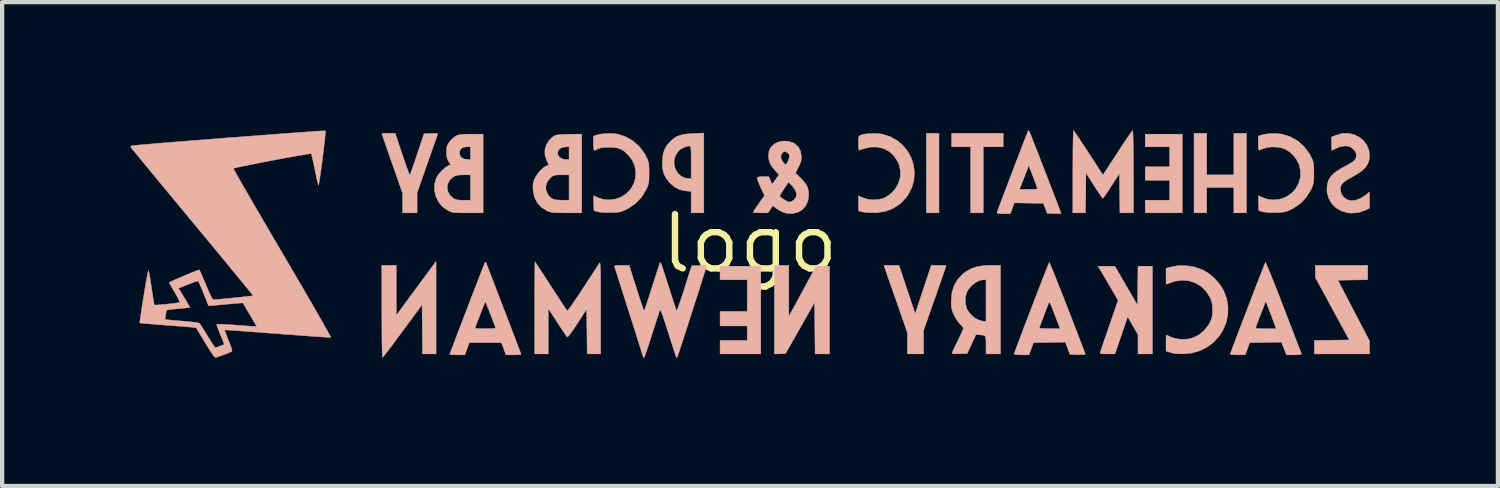
<source format=kicad_pcb>
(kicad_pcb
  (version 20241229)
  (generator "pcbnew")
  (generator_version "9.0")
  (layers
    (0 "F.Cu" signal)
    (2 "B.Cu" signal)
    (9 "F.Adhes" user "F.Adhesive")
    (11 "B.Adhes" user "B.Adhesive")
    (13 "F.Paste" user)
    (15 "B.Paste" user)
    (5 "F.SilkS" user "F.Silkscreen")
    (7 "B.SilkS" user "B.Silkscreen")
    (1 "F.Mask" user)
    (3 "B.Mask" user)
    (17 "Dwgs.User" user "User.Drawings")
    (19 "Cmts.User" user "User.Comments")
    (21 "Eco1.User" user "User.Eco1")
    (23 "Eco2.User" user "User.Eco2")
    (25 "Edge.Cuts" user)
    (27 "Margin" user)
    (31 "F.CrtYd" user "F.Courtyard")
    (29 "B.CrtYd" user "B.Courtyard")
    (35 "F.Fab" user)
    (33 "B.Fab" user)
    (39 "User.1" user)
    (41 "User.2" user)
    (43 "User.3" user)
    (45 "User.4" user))
  (footprint "logo"
    (layer "F.Cu")
    (at 14.5 2.651)
    (property "Reference" "logo" (at 0 0 0) (layer "F.SilkS") (effects (font (size 1.27 1.27) (thickness 0.15))))
    (attr through_hole board_only exclude_from_bom allow_missing_courtyard)
    (fp_poly (pts (xy 4.424 -0.72) (xy 4.128 -0.72) (xy 4.128 -2.582) (xy 4.424 -2.582) (xy 4.424 -0.72)) (stroke (width 0.01) (type solid)) (fill yes) (layer "B.SilkS"))
    (fp_poly (pts (xy 5.927 -2.265) (xy 5.461 -2.265) (xy 5.461 -0.72) (xy 5.165 -0.72) (xy 5.165 -2.265) (xy 4.72 -2.265) (xy 4.72 -2.582) (xy 5.927 -2.582) (xy 5.927 -2.265)) (stroke (width 0.01) (type solid)) (fill yes) (layer "B.SilkS"))
    (fp_poly (pts (xy 0.254 2.582) (xy -0.699 2.582) (xy -0.699 2.265) (xy -0.064 2.265) (xy -0.064 1.926) (xy -0.699 1.926) (xy -0.699 1.587) (xy -0.064 1.587) (xy -0.064 0.847) (xy -0.699 0.847) (xy -0.699 0.529) (xy 0.254 0.529) (xy 0.254 2.582)) (stroke (width 0.01) (type solid)) (fill yes) (layer "B.SilkS"))
    (fp_poly (pts (xy 10.118 -0.72) (xy 9.25 -0.72) (xy 9.25 -1.016) (xy 9.821 -1.016) (xy 9.821 -1.482) (xy 9.25 -1.482) (xy 9.25 -1.799) (xy 9.821 -1.799) (xy 9.821 -2.265) (xy 9.25 -2.265) (xy 9.25 -2.561) (xy 10.118 -2.561) (xy 10.118 -0.72)) (stroke (width 0.01) (type solid)) (fill yes) (layer "B.SilkS"))
    (fp_poly (pts (xy 10.689 -1.609) (xy 11.324 -1.609) (xy 11.324 -2.582) (xy 11.62 -2.582) (xy 11.62 -0.72) (xy 11.324 -0.72) (xy 11.324 -1.312) (xy 10.689 -1.312) (xy 10.689 -0.72) (xy 10.393 -0.72) (xy 10.393 -2.582) (xy 10.689 -2.582) (xy 10.689 -1.609)) (stroke (width 0.01) (type solid)) (fill yes) (layer "B.SilkS"))
    (fp_poly (pts (xy 0.91 1.106) (xy 0.91 1.704) (xy 1.229 1.117) (xy 1.548 0.529) (xy 1.863 0.529) (xy 1.863 2.582) (xy 1.525 2.582) (xy 1.519 1.979) (xy 1.513 1.377) (xy 0.834 2.572) (xy 0.703 2.578) (xy 0.572 2.584) (xy 0.572 0.508) (xy 0.91 0.508) (xy 0.91 1.106)) (stroke (width 0.01) (type solid)) (fill yes) (layer "B.SilkS"))
    (fp_poly (pts (xy 14.457 0.846) (xy 14.109 0.851) (xy 13.76 0.857) (xy 14.129 1.566) (xy 14.499 2.275) (xy 14.499 2.429) (xy 14.499 2.582) (xy 13.208 2.582) (xy 13.208 2.266) (xy 13.617 2.26) (xy 14.025 2.254) (xy 13.232 0.794) (xy 13.229 0.508) (xy 14.457 0.508) (xy 14.457 0.846)) (stroke (width 0.01) (type solid)) (fill yes) (layer "B.SilkS"))
    (fp_poly (pts (xy 3.678 1.074) (xy 3.867 1.64) (xy 4.055 1.074) (xy 4.243 0.508) (xy 4.418 0.508) (xy 4.498 0.509) (xy 4.559 0.511) (xy 4.591 0.514) (xy 4.593 0.515) (xy 4.586 0.536) (xy 4.567 0.592) (xy 4.537 0.68) (xy 4.497 0.794) (xy 4.45 0.931) (xy 4.395 1.085) (xy 4.337 1.253) (xy 4.329 1.276) (xy 4.064 2.03) (xy 4.064 2.582) (xy 3.683 2.582) (xy 3.683 2.079) (xy 3.545 1.685) (xy 3.49 1.526) (xy 3.426 1.344) (xy 3.361 1.158) (xy 3.301 0.984) (xy 3.271 0.9) (xy 3.134 0.508) (xy 3.489 0.508) (xy 3.678 1.074)) (stroke (width 0.01) (type solid)) (fill yes) (layer "B.SilkS"))
    (fp_poly (pts (xy -7.345 2.582) (xy -7.662 2.582) (xy -7.667 2.006) (xy -7.673 1.43) (xy -8.128 2.048) (xy -8.233 2.189) (xy -8.33 2.32) (xy -8.416 2.435) (xy -8.489 2.531) (xy -8.546 2.604) (xy -8.584 2.65) (xy -8.599 2.666) (xy -8.602 2.646) (xy -8.605 2.587) (xy -8.608 2.494) (xy -8.61 2.371) (xy -8.612 2.22) (xy -8.613 2.048) (xy -8.614 1.857) (xy -8.615 1.651) (xy -8.615 1.587) (xy -8.615 0.508) (xy -8.276 0.508) (xy -8.276 1.679) (xy -8.07 1.398) (xy -7.988 1.286) (xy -7.889 1.153) (xy -7.783 1.009) (xy -7.679 0.868) (xy -7.604 0.766) (xy -7.345 0.415) (xy -7.345 2.582)) (stroke (width 0.01) (type solid)) (fill yes) (layer "B.SilkS"))
    (fp_poly (pts (xy 9.419 2.582) (xy 9.081 2.582) (xy 9.081 2.13) (xy 8.96 1.92) (xy 8.84 1.71) (xy 8.541 2.582) (xy 8.366 2.582) (xy 8.286 2.581) (xy 8.226 2.576) (xy 8.194 2.569) (xy 8.192 2.566) (xy 8.198 2.543) (xy 8.217 2.485) (xy 8.247 2.397) (xy 8.285 2.284) (xy 8.331 2.151) (xy 8.382 2.003) (xy 8.404 1.939) (xy 8.615 1.328) (xy 8.41 0.976) (xy 8.345 0.863) (xy 8.284 0.76) (xy 8.233 0.674) (xy 8.195 0.61) (xy 8.175 0.577) (xy 8.175 0.577) (xy 8.144 0.529) (xy 8.541 0.53) (xy 8.805 0.985) (xy 9.07 1.44) (xy 9.076 0.985) (xy 9.081 0.529) (xy 9.419 0.529) (xy 9.419 2.582)) (stroke (width 0.01) (type solid)) (fill yes) (layer "B.SilkS"))
    (fp_poly (pts (xy -8.136 -2.086) (xy -8.09 -1.95) (xy -8.048 -1.829) (xy -8.012 -1.729) (xy -7.984 -1.654) (xy -7.966 -1.61) (xy -7.959 -1.601) (xy -7.95 -1.623) (xy -7.929 -1.68) (xy -7.899 -1.766) (xy -7.861 -1.874) (xy -7.818 -2.001) (xy -7.788 -2.092) (xy -7.627 -2.572) (xy -7.462 -2.578) (xy -7.38 -2.58) (xy -7.332 -2.578) (xy -7.311 -2.571) (xy -7.309 -2.556) (xy -7.312 -2.546) (xy -7.322 -2.518) (xy -7.345 -2.454) (xy -7.378 -2.361) (xy -7.42 -2.242) (xy -7.468 -2.104) (xy -7.522 -1.951) (xy -7.558 -1.849) (xy -7.789 -1.189) (xy -7.789 -0.72) (xy -8.128 -0.72) (xy -8.128 -1.177) (xy -8.371 -1.87) (xy -8.428 -2.032) (xy -8.481 -2.182) (xy -8.526 -2.314) (xy -8.564 -2.423) (xy -8.593 -2.506) (xy -8.61 -2.557) (xy -8.615 -2.573) (xy -8.595 -2.577) (xy -8.544 -2.581) (xy -8.471 -2.582) (xy -8.458 -2.582) (xy -8.301 -2.582) (xy -8.136 -2.086)) (stroke (width 0.01) (type solid)) (fill yes) (layer "B.SilkS"))
    (fp_poly (pts (xy -1.079 -0.72) (xy -1.376 -0.72) (xy -1.376 -1.222) (xy -1.499 -1.233) (xy -1.635 -1.26) (xy -1.753 -1.317) (xy -1.863 -1.41) (xy -1.89 -1.439) (xy -1.97 -1.543) (xy -2.021 -1.65) (xy -2.046 -1.772) (xy -2.048 -1.85) (xy -1.774 -1.85) (xy -1.745 -1.745) (xy -1.691 -1.652) (xy -1.614 -1.579) (xy -1.52 -1.535) (xy -1.445 -1.524) (xy -1.376 -1.524) (xy -1.376 -1.905) (xy -1.376 -2.046) (xy -1.377 -2.149) (xy -1.382 -2.22) (xy -1.393 -2.263) (xy -1.411 -2.283) (xy -1.439 -2.285) (xy -1.48 -2.274) (xy -1.531 -2.255) (xy -1.626 -2.208) (xy -1.697 -2.138) (xy -1.738 -2.07) (xy -1.773 -1.961) (xy -1.774 -1.85) (xy -2.048 -1.85) (xy -2.05 -1.92) (xy -2.049 -1.944) (xy -2.033 -2.087) (xy -2 -2.201) (xy -1.943 -2.3) (xy -1.865 -2.389) (xy -1.787 -2.459) (xy -1.707 -2.509) (xy -1.614 -2.542) (xy -1.5 -2.564) (xy -1.355 -2.576) (xy -1.333 -2.577) (xy -1.079 -2.589) (xy -1.079 -0.72)) (stroke (width 0.01) (type solid)) (fill yes) (layer "B.SilkS"))
    (fp_poly (pts (xy 8.96 -2.625) (xy 8.964 -2.567) (xy 8.967 -2.473) (xy 8.97 -2.35) (xy 8.972 -2.201) (xy 8.973 -2.029) (xy 8.974 -1.839) (xy 8.975 -1.683) (xy 8.975 -0.72) (xy 8.658 -0.72) (xy 8.652 -1.179) (xy 8.647 -1.639) (xy 8.459 -1.349) (xy 8.396 -1.251) (xy 8.34 -1.168) (xy 8.295 -1.105) (xy 8.267 -1.067) (xy 8.258 -1.059) (xy 8.243 -1.077) (xy 8.209 -1.124) (xy 8.16 -1.195) (xy 8.101 -1.284) (xy 8.054 -1.357) (xy 7.863 -1.653) (xy 7.858 -1.186) (xy 7.852 -0.72) (xy 7.556 -0.72) (xy 7.556 -1.683) (xy 7.557 -1.88) (xy 7.558 -2.064) (xy 7.559 -2.23) (xy 7.561 -2.373) (xy 7.564 -2.491) (xy 7.567 -2.578) (xy 7.57 -2.631) (xy 7.572 -2.645) (xy 7.587 -2.628) (xy 7.622 -2.579) (xy 7.674 -2.504) (xy 7.74 -2.406) (xy 7.816 -2.291) (xy 7.901 -2.162) (xy 7.924 -2.125) (xy 8.26 -1.607) (xy 8.307 -1.676) (xy 8.331 -1.713) (xy 8.375 -1.78) (xy 8.434 -1.871) (xy 8.505 -1.979) (xy 8.584 -2.101) (xy 8.645 -2.196) (xy 8.726 -2.318) (xy 8.799 -2.428) (xy 8.862 -2.52) (xy 8.911 -2.591) (xy 8.944 -2.634) (xy 8.956 -2.646) (xy 8.96 -2.625)) (stroke (width 0.01) (type solid)) (fill yes) (layer "B.SilkS"))
    (fp_poly (pts (xy 2.998 -2.575) (xy 3.092 -2.563) (xy 3.095 -2.562) (xy 3.28 -2.504) (xy 3.442 -2.415) (xy 3.58 -2.299) (xy 3.692 -2.161) (xy 3.775 -2.007) (xy 3.828 -1.84) (xy 3.849 -1.666) (xy 3.837 -1.49) (xy 3.789 -1.316) (xy 3.705 -1.149) (xy 3.652 -1.075) (xy 3.514 -0.932) (xy 3.356 -0.826) (xy 3.178 -0.757) (xy 2.978 -0.724) (xy 2.882 -0.722) (xy 2.786 -0.725) (xy 2.697 -0.733) (xy 2.631 -0.742) (xy 2.619 -0.745) (xy 2.54 -0.766) (xy 2.54 -1.119) (xy 2.641 -1.073) (xy 2.757 -1.038) (xy 2.89 -1.025) (xy 3.023 -1.035) (xy 3.14 -1.067) (xy 3.157 -1.075) (xy 3.291 -1.162) (xy 3.397 -1.274) (xy 3.472 -1.405) (xy 3.515 -1.548) (xy 3.522 -1.696) (xy 3.492 -1.843) (xy 3.464 -1.911) (xy 3.375 -2.049) (xy 3.262 -2.154) (xy 3.13 -2.225) (xy 2.98 -2.26) (xy 2.818 -2.258) (xy 2.647 -2.218) (xy 2.577 -2.191) (xy 2.559 -2.187) (xy 2.548 -2.2) (xy 2.542 -2.236) (xy 2.54 -2.303) (xy 2.54 -2.348) (xy 2.541 -2.433) (xy 2.545 -2.486) (xy 2.555 -2.515) (xy 2.574 -2.532) (xy 2.598 -2.542) (xy 2.673 -2.561) (xy 2.774 -2.573) (xy 2.887 -2.578) (xy 2.998 -2.575)) (stroke (width 0.01) (type solid)) (fill yes) (layer "B.SilkS"))
    (fp_poly (pts (xy -5.017 0.444) (xy -4.983 0.495) (xy -4.933 0.572) (xy -4.867 0.672) (xy -4.79 0.79) (xy -4.704 0.922) (xy -4.657 0.995) (xy -4.567 1.133) (xy -4.484 1.26) (xy -4.412 1.371) (xy -4.352 1.462) (xy -4.307 1.529) (xy -4.282 1.566) (xy -4.277 1.573) (xy -4.262 1.56) (xy -4.227 1.516) (xy -4.175 1.444) (xy -4.109 1.349) (xy -4.031 1.235) (xy -3.946 1.106) (xy -3.905 1.044) (xy -3.815 0.906) (xy -3.732 0.779) (xy -3.658 0.666) (xy -3.597 0.572) (xy -3.552 0.503) (xy -3.526 0.463) (xy -3.521 0.456) (xy -3.514 0.452) (xy -3.509 0.462) (xy -3.505 0.489) (xy -3.501 0.537) (xy -3.498 0.608) (xy -3.496 0.705) (xy -3.494 0.832) (xy -3.493 0.991) (xy -3.493 1.186) (xy -3.493 1.419) (xy -3.493 1.498) (xy -3.493 2.582) (xy -3.809 2.582) (xy -3.815 2.059) (xy -3.821 1.536) (xy -4.039 1.871) (xy -4.116 1.986) (xy -4.181 2.078) (xy -4.231 2.145) (xy -4.265 2.181) (xy -4.277 2.187) (xy -4.294 2.164) (xy -4.331 2.111) (xy -4.382 2.035) (xy -4.444 1.941) (xy -4.508 1.843) (xy -4.72 1.518) (xy -4.72 2.582) (xy -5.038 2.582) (xy -5.038 1.499) (xy -5.038 1.29) (xy -5.037 1.094) (xy -5.036 0.916) (xy -5.035 0.76) (xy -5.034 0.629) (xy -5.033 0.527) (xy -5.032 0.458) (xy -5.03 0.427) (xy -5.03 0.425) (xy -5.017 0.444)) (stroke (width 0.01) (type solid)) (fill yes) (layer "B.SilkS"))
    (fp_poly (pts (xy 10.404 0.548) (xy 10.59 0.612) (xy 10.604 0.619) (xy 10.74 0.701) (xy 10.872 0.813) (xy 10.988 0.944) (xy 11.076 1.08) (xy 11.088 1.103) (xy 11.158 1.295) (xy 11.188 1.487) (xy 11.182 1.676) (xy 11.141 1.858) (xy 11.069 2.027) (xy 10.968 2.182) (xy 10.841 2.316) (xy 10.69 2.428) (xy 10.518 2.511) (xy 10.328 2.563) (xy 10.122 2.58) (xy 10.119 2.58) (xy 10.035 2.577) (xy 9.964 2.573) (xy 9.919 2.568) (xy 9.917 2.568) (xy 9.866 2.555) (xy 9.805 2.537) (xy 9.737 2.516) (xy 9.737 2.327) (xy 9.737 2.243) (xy 9.739 2.179) (xy 9.742 2.142) (xy 9.743 2.138) (xy 9.764 2.146) (xy 9.811 2.168) (xy 9.844 2.184) (xy 9.965 2.224) (xy 10.106 2.241) (xy 10.249 2.234) (xy 10.376 2.202) (xy 10.514 2.13) (xy 10.637 2.025) (xy 10.736 1.897) (xy 10.763 1.849) (xy 10.796 1.775) (xy 10.815 1.71) (xy 10.824 1.634) (xy 10.825 1.556) (xy 10.822 1.455) (xy 10.811 1.378) (xy 10.788 1.307) (xy 10.77 1.267) (xy 10.681 1.122) (xy 10.565 1.007) (xy 10.428 0.922) (xy 10.275 0.871) (xy 10.114 0.856) (xy 9.948 0.879) (xy 9.864 0.907) (xy 9.801 0.931) (xy 9.756 0.948) (xy 9.742 0.952) (xy 9.74 0.933) (xy 9.738 0.881) (xy 9.737 0.805) (xy 9.737 0.765) (xy 9.737 0.578) (xy 9.821 0.553) (xy 10.008 0.517) (xy 10.206 0.516) (xy 10.404 0.548)) (stroke (width 0.01) (type solid)) (fill yes) (layer "B.SilkS"))
    (fp_poly (pts (xy 14.129 -2.554) (xy 14.25 -2.497) (xy 14.354 -2.415) (xy 14.434 -2.31) (xy 14.484 -2.187) (xy 14.499 -2.067) (xy 14.49 -1.959) (xy 14.458 -1.865) (xy 14.401 -1.78) (xy 14.314 -1.699) (xy 14.192 -1.617) (xy 14.095 -1.561) (xy 13.983 -1.497) (xy 13.904 -1.443) (xy 13.854 -1.393) (xy 13.827 -1.342) (xy 13.818 -1.285) (xy 13.818 -1.267) (xy 13.838 -1.166) (xy 13.894 -1.085) (xy 13.972 -1.031) (xy 14.065 -1.005) (xy 14.172 -1.015) (xy 14.288 -1.058) (xy 14.406 -1.132) (xy 14.433 -1.154) (xy 14.499 -1.21) (xy 14.499 -0.829) (xy 14.388 -0.776) (xy 14.233 -0.724) (xy 14.068 -0.713) (xy 13.989 -0.722) (xy 13.841 -0.763) (xy 13.714 -0.837) (xy 13.613 -0.939) (xy 13.542 -1.062) (xy 13.505 -1.203) (xy 13.502 -1.271) (xy 13.512 -1.39) (xy 13.544 -1.492) (xy 13.602 -1.582) (xy 13.69 -1.666) (xy 13.813 -1.748) (xy 13.924 -1.809) (xy 14.033 -1.868) (xy 14.108 -1.916) (xy 14.155 -1.959) (xy 14.181 -2.002) (xy 14.19 -2.052) (xy 14.19 -2.067) (xy 14.182 -2.124) (xy 14.153 -2.173) (xy 14.112 -2.215) (xy 14.055 -2.26) (xy 14.002 -2.281) (xy 13.932 -2.286) (xy 13.804 -2.266) (xy 13.725 -2.233) (xy 13.667 -2.204) (xy 13.627 -2.185) (xy 13.615 -2.18) (xy 13.613 -2.2) (xy 13.611 -2.251) (xy 13.61 -2.324) (xy 13.61 -2.336) (xy 13.61 -2.492) (xy 13.715 -2.537) (xy 13.855 -2.578) (xy 13.995 -2.582) (xy 14.129 -2.554)) (stroke (width 0.01) (type solid)) (fill yes) (layer "B.SilkS"))
    (fp_poly (pts (xy 5.863 2.582) (xy 5.524 2.582) (xy 5.524 2.372) (xy 5.524 2.272) (xy 5.519 2.207) (xy 5.505 2.168) (xy 5.476 2.148) (xy 5.428 2.139) (xy 5.37 2.134) (xy 5.29 2.128) (xy 5.187 2.35) (xy 5.083 2.572) (xy 4.902 2.578) (xy 4.815 2.58) (xy 4.762 2.58) (xy 4.737 2.574) (xy 4.731 2.56) (xy 4.739 2.537) (xy 4.739 2.536) (xy 4.756 2.498) (xy 4.786 2.432) (xy 4.827 2.347) (xy 4.874 2.251) (xy 4.877 2.246) (xy 4.922 2.153) (xy 4.959 2.072) (xy 4.984 2.013) (xy 4.995 1.982) (xy 4.995 1.981) (xy 4.98 1.954) (xy 4.944 1.911) (xy 4.918 1.884) (xy 4.869 1.825) (xy 4.816 1.745) (xy 4.776 1.672) (xy 4.743 1.599) (xy 4.723 1.536) (xy 4.713 1.47) (xy 4.71 1.389) (xy 5.042 1.389) (xy 5.069 1.508) (xy 5.082 1.539) (xy 5.149 1.638) (xy 5.239 1.723) (xy 5.344 1.785) (xy 5.45 1.816) (xy 5.477 1.819) (xy 5.524 1.82) (xy 5.524 0.847) (xy 5.46 0.847) (xy 5.368 0.865) (xy 5.272 0.915) (xy 5.181 0.989) (xy 5.107 1.079) (xy 5.07 1.148) (xy 5.042 1.262) (xy 5.042 1.389) (xy 4.71 1.389) (xy 4.71 1.382) (xy 4.71 1.344) (xy 4.726 1.15) (xy 4.777 0.981) (xy 4.864 0.834) (xy 4.986 0.707) (xy 5.06 0.651) (xy 5.177 0.586) (xy 5.307 0.541) (xy 5.46 0.516) (xy 5.644 0.508) (xy 5.863 0.508) (xy 5.863 2.582)) (stroke (width 0.01) (type solid)) (fill yes) (layer "B.SilkS"))
    (fp_poly (pts (xy -6.244 -0.72) (xy -6.6 -0.72) (xy -6.732 -0.72) (xy -6.829 -0.722) (xy -6.9 -0.725) (xy -6.952 -0.732) (xy -6.994 -0.743) (xy -7.034 -0.759) (xy -7.065 -0.774) (xy -7.187 -0.857) (xy -7.282 -0.967) (xy -7.348 -1.096) (xy -7.382 -1.236) (xy -7.382 -1.308) (xy -7.085 -1.308) (xy -7.065 -1.211) (xy -7.011 -1.122) (xy -6.945 -1.064) (xy -6.898 -1.038) (xy -6.847 -1.024) (xy -6.776 -1.017) (xy -6.707 -1.016) (xy -6.54 -1.016) (xy -6.54 -1.609) (xy -6.705 -1.609) (xy -6.804 -1.605) (xy -6.874 -1.594) (xy -6.928 -1.572) (xy -6.936 -1.567) (xy -7.02 -1.495) (xy -7.07 -1.405) (xy -7.085 -1.308) (xy -7.382 -1.308) (xy -7.382 -1.38) (xy -7.345 -1.521) (xy -7.328 -1.559) (xy -7.278 -1.633) (xy -7.207 -1.712) (xy -7.129 -1.78) (xy -7.058 -1.825) (xy -7.007 -1.848) (xy -7.054 -1.924) (xy -7.083 -1.984) (xy -7.098 -2.053) (xy -7.101 -2.141) (xy -7.101 -2.144) (xy -6.797 -2.144) (xy -6.789 -2.072) (xy -6.753 -2.015) (xy -6.684 -1.98) (xy -6.609 -1.97) (xy -6.54 -1.968) (xy -6.54 -2.265) (xy -6.632 -2.265) (xy -6.72 -2.251) (xy -6.775 -2.209) (xy -6.797 -2.144) (xy -7.101 -2.144) (xy -7.099 -2.225) (xy -7.087 -2.283) (xy -7.062 -2.336) (xy -7.037 -2.374) (xy -6.981 -2.439) (xy -6.915 -2.496) (xy -6.889 -2.513) (xy -6.85 -2.533) (xy -6.81 -2.546) (xy -6.758 -2.554) (xy -6.687 -2.559) (xy -6.588 -2.561) (xy -6.525 -2.561) (xy -6.244 -2.561) (xy -6.244 -0.72)) (stroke (width 0.01) (type solid)) (fill yes) (layer "B.SilkS"))
    (fp_poly (pts (xy -3.937 -0.72) (xy -4.292 -0.72) (xy -4.427 -0.721) (xy -4.527 -0.723) (xy -4.601 -0.728) (xy -4.656 -0.736) (xy -4.7 -0.747) (xy -4.741 -0.763) (xy -4.741 -0.764) (xy -4.875 -0.845) (xy -4.975 -0.951) (xy -5.041 -1.083) (xy -5.074 -1.241) (xy -5.075 -1.262) (xy -5.079 -1.352) (xy -5.078 -1.356) (xy -4.774 -1.356) (xy -4.772 -1.253) (xy -4.73 -1.154) (xy -4.705 -1.12) (xy -4.66 -1.074) (xy -4.614 -1.043) (xy -4.555 -1.026) (xy -4.472 -1.019) (xy -4.397 -1.017) (xy -4.233 -1.016) (xy -4.233 -1.609) (xy -4.413 -1.609) (xy -4.502 -1.608) (xy -4.561 -1.603) (xy -4.602 -1.59) (xy -4.637 -1.568) (xy -4.665 -1.544) (xy -4.739 -1.455) (xy -4.774 -1.356) (xy -5.078 -1.356) (xy -5.072 -1.42) (xy -5.052 -1.483) (xy -5.033 -1.527) (xy -4.976 -1.624) (xy -4.902 -1.714) (xy -4.822 -1.786) (xy -4.762 -1.82) (xy -4.706 -1.844) (xy -4.755 -1.941) (xy -4.797 -2.067) (xy -4.798 -2.147) (xy -4.499 -2.147) (xy -4.498 -2.089) (xy -4.469 -2.035) (xy -4.413 -1.992) (xy -4.332 -1.97) (xy -4.302 -1.969) (xy -4.233 -1.968) (xy -4.233 -2.267) (xy -4.332 -2.261) (xy -4.417 -2.241) (xy -4.473 -2.2) (xy -4.499 -2.147) (xy -4.798 -2.147) (xy -4.799 -2.195) (xy -4.763 -2.317) (xy -4.69 -2.427) (xy -4.628 -2.486) (xy -4.595 -2.511) (xy -4.566 -2.529) (xy -4.53 -2.541) (xy -4.482 -2.548) (xy -4.412 -2.553) (xy -4.312 -2.556) (xy -4.242 -2.557) (xy -3.937 -2.564) (xy -3.937 -0.72)) (stroke (width 0.01) (type solid)) (fill yes) (layer "B.SilkS"))
    (fp_poly (pts (xy 12.074 0.455) (xy 12.097 0.508) (xy 12.133 0.592) (xy 12.18 0.706) (xy 12.235 0.845) (xy 12.299 1.006) (xy 12.37 1.185) (xy 12.445 1.379) (xy 12.487 1.487) (xy 12.564 1.689) (xy 12.637 1.879) (xy 12.705 2.054) (xy 12.765 2.21) (xy 12.816 2.343) (xy 12.857 2.45) (xy 12.887 2.527) (xy 12.903 2.57) (xy 12.906 2.577) (xy 12.9 2.591) (xy 12.866 2.599) (xy 12.799 2.603) (xy 12.736 2.603) (xy 12.556 2.603) (xy 12.439 2.306) (xy 11.695 2.318) (xy 11.643 2.461) (xy 11.59 2.603) (xy 11.415 2.603) (xy 11.335 2.602) (xy 11.274 2.597) (xy 11.242 2.59) (xy 11.239 2.588) (xy 11.247 2.565) (xy 11.268 2.507) (xy 11.301 2.418) (xy 11.344 2.303) (xy 11.395 2.167) (xy 11.454 2.013) (xy 11.473 1.962) (xy 11.839 1.962) (xy 11.843 1.976) (xy 11.864 1.984) (xy 11.908 1.988) (xy 11.981 1.99) (xy 12.073 1.99) (xy 12.317 1.99) (xy 12.267 1.857) (xy 12.235 1.775) (xy 12.196 1.671) (xy 12.155 1.566) (xy 12.144 1.536) (xy 12.072 1.347) (xy 11.965 1.621) (xy 11.925 1.725) (xy 11.89 1.818) (xy 11.862 1.891) (xy 11.846 1.936) (xy 11.844 1.942) (xy 11.839 1.962) (xy 11.473 1.962) (xy 11.517 1.847) (xy 11.584 1.672) (xy 11.653 1.493) (xy 11.721 1.314) (xy 11.788 1.141) (xy 11.851 0.977) (xy 11.909 0.827) (xy 11.961 0.695) (xy 12.004 0.586) (xy 12.036 0.504) (xy 12.057 0.454) (xy 12.064 0.439) (xy 12.074 0.455)) (stroke (width 0.01) (type solid)) (fill yes) (layer "B.SilkS"))
    (fp_poly (pts (xy 6.53 -2.642) (xy 6.532 -2.64) (xy 6.541 -2.619) (xy 6.564 -2.563) (xy 6.598 -2.477) (xy 6.642 -2.365) (xy 6.694 -2.233) (xy 6.753 -2.084) (xy 6.815 -1.923) (xy 6.88 -1.756) (xy 6.946 -1.586) (xy 7.01 -1.419) (xy 7.072 -1.259) (xy 7.129 -1.11) (xy 7.18 -0.978) (xy 7.222 -0.866) (xy 7.254 -0.781) (xy 7.275 -0.726) (xy 7.281 -0.706) (xy 7.262 -0.702) (xy 7.21 -0.701) (xy 7.137 -0.702) (xy 7.118 -0.703) (xy 6.955 -0.709) (xy 6.867 -0.942) (xy 6.527 -0.948) (xy 6.187 -0.954) (xy 6.14 -0.826) (xy 6.094 -0.699) (xy 5.934 -0.699) (xy 5.853 -0.699) (xy 5.806 -0.704) (xy 5.785 -0.713) (xy 5.782 -0.73) (xy 5.784 -0.738) (xy 5.793 -0.765) (xy 5.816 -0.826) (xy 5.85 -0.916) (xy 5.893 -1.031) (xy 5.944 -1.167) (xy 5.984 -1.27) (xy 6.308 -1.27) (xy 6.521 -1.27) (xy 6.617 -1.27) (xy 6.678 -1.272) (xy 6.711 -1.278) (xy 6.724 -1.289) (xy 6.722 -1.307) (xy 6.719 -1.318) (xy 6.705 -1.356) (xy 6.68 -1.424) (xy 6.647 -1.511) (xy 6.615 -1.597) (xy 6.525 -1.828) (xy 6.461 -1.66) (xy 6.424 -1.565) (xy 6.386 -1.468) (xy 6.355 -1.389) (xy 6.352 -1.381) (xy 6.308 -1.27) (xy 5.984 -1.27) (xy 6.002 -1.317) (xy 6.063 -1.479) (xy 6.127 -1.646) (xy 6.191 -1.815) (xy 6.255 -1.98) (xy 6.315 -2.136) (xy 6.37 -2.281) (xy 6.419 -2.407) (xy 6.459 -2.511) (xy 6.49 -2.588) (xy 6.508 -2.634) (xy 6.512 -2.644) (xy 6.53 -2.642)) (stroke (width 0.01) (type solid)) (fill yes) (layer "B.SilkS"))
    (fp_poly (pts (xy 12.437 -2.564) (xy 12.449 -2.562) (xy 12.638 -2.504) (xy 12.809 -2.41) (xy 12.958 -2.282) (xy 13.078 -2.127) (xy 13.125 -2.042) (xy 13.157 -1.976) (xy 13.177 -1.922) (xy 13.189 -1.869) (xy 13.195 -1.804) (xy 13.197 -1.716) (xy 13.197 -1.651) (xy 13.197 -1.543) (xy 13.193 -1.466) (xy 13.185 -1.407) (xy 13.169 -1.354) (xy 13.144 -1.295) (xy 13.13 -1.265) (xy 13.025 -1.092) (xy 12.889 -0.947) (xy 12.725 -0.832) (xy 12.682 -0.809) (xy 12.607 -0.773) (xy 12.547 -0.75) (xy 12.488 -0.737) (xy 12.417 -0.73) (xy 12.319 -0.726) (xy 12.299 -0.726) (xy 12.178 -0.726) (xy 12.075 -0.733) (xy 12.001 -0.744) (xy 11.991 -0.747) (xy 11.906 -0.774) (xy 11.9 -0.948) (xy 11.898 -1.028) (xy 11.898 -1.088) (xy 11.9 -1.12) (xy 11.901 -1.122) (xy 11.923 -1.113) (xy 11.97 -1.091) (xy 12.003 -1.075) (xy 12.124 -1.035) (xy 12.261 -1.024) (xy 12.403 -1.04) (xy 12.533 -1.085) (xy 12.535 -1.086) (xy 12.668 -1.173) (xy 12.771 -1.283) (xy 12.842 -1.412) (xy 12.881 -1.551) (xy 12.885 -1.696) (xy 12.854 -1.84) (xy 12.787 -1.976) (xy 12.729 -2.052) (xy 12.626 -2.15) (xy 12.522 -2.214) (xy 12.403 -2.249) (xy 12.305 -2.26) (xy 12.207 -2.262) (xy 12.121 -2.253) (xy 12.03 -2.228) (xy 11.933 -2.191) (xy 11.914 -2.187) (xy 11.903 -2.2) (xy 11.898 -2.237) (xy 11.896 -2.305) (xy 11.896 -2.345) (xy 11.896 -2.515) (xy 11.964 -2.539) (xy 12.065 -2.563) (xy 12.188 -2.576) (xy 12.318 -2.577) (xy 12.437 -2.564)) (stroke (width 0.01) (type solid)) (fill yes) (layer "B.SilkS"))
    (fp_poly (pts (xy 7.013 0.457) (xy 7.037 0.509) (xy 7.072 0.595) (xy 7.119 0.709) (xy 7.175 0.849) (xy 7.24 1.012) (xy 7.312 1.193) (xy 7.389 1.39) (xy 7.47 1.598) (xy 7.554 1.815) (xy 7.64 2.036) (xy 7.725 2.259) (xy 7.81 2.481) (xy 7.85 2.586) (xy 7.834 2.594) (xy 7.783 2.599) (xy 7.706 2.6) (xy 7.672 2.599) (xy 7.488 2.593) (xy 7.435 2.45) (xy 7.382 2.306) (xy 7.009 2.312) (xy 6.636 2.318) (xy 6.583 2.46) (xy 6.53 2.603) (xy 6.355 2.603) (xy 6.275 2.601) (xy 6.215 2.596) (xy 6.183 2.587) (xy 6.181 2.584) (xy 6.188 2.561) (xy 6.209 2.502) (xy 6.242 2.414) (xy 6.285 2.298) (xy 6.337 2.162) (xy 6.395 2.008) (xy 6.408 1.974) (xy 6.773 1.974) (xy 6.793 1.98) (xy 6.847 1.985) (xy 6.926 1.989) (xy 7.017 1.99) (xy 7.26 1.99) (xy 7.228 1.91) (xy 7.208 1.859) (xy 7.177 1.779) (xy 7.14 1.683) (xy 7.103 1.587) (xy 7.064 1.487) (xy 7.036 1.421) (xy 7.017 1.386) (xy 7.004 1.376) (xy 6.994 1.386) (xy 6.989 1.397) (xy 6.921 1.573) (xy 6.868 1.712) (xy 6.828 1.819) (xy 6.799 1.895) (xy 6.782 1.944) (xy 6.774 1.969) (xy 6.773 1.974) (xy 6.408 1.974) (xy 6.459 1.841) (xy 6.526 1.666) (xy 6.594 1.488) (xy 6.663 1.309) (xy 6.729 1.136) (xy 6.793 0.973) (xy 6.851 0.823) (xy 6.902 0.692) (xy 6.945 0.584) (xy 6.977 0.503) (xy 6.997 0.453) (xy 7.004 0.44) (xy 7.013 0.457)) (stroke (width 0.01) (type solid)) (fill yes) (layer "B.SilkS"))
    (fp_poly (pts (xy -3.158 -2.572) (xy -3.088 -2.561) (xy -2.898 -2.496) (xy -2.727 -2.396) (xy -2.581 -2.264) (xy -2.464 -2.105) (xy -2.426 -2.032) (xy -2.397 -1.969) (xy -2.378 -1.916) (xy -2.367 -1.861) (xy -2.362 -1.792) (xy -2.36 -1.698) (xy -2.36 -1.651) (xy -2.361 -1.543) (xy -2.364 -1.466) (xy -2.373 -1.407) (xy -2.389 -1.354) (xy -2.414 -1.295) (xy -2.428 -1.265) (xy -2.532 -1.092) (xy -2.669 -0.947) (xy -2.833 -0.832) (xy -2.876 -0.809) (xy -2.95 -0.773) (xy -3.01 -0.75) (xy -3.069 -0.737) (xy -3.141 -0.73) (xy -3.239 -0.726) (xy -3.258 -0.726) (xy -3.379 -0.726) (xy -3.482 -0.733) (xy -3.556 -0.744) (xy -3.567 -0.747) (xy -3.651 -0.774) (xy -3.657 -0.948) (xy -3.659 -1.028) (xy -3.659 -1.088) (xy -3.657 -1.12) (xy -3.656 -1.122) (xy -3.635 -1.113) (xy -3.588 -1.091) (xy -3.555 -1.075) (xy -3.434 -1.035) (xy -3.297 -1.024) (xy -3.156 -1.04) (xy -3.026 -1.084) (xy -3.023 -1.086) (xy -2.889 -1.172) (xy -2.786 -1.283) (xy -2.715 -1.411) (xy -2.676 -1.551) (xy -2.671 -1.696) (xy -2.702 -1.84) (xy -2.77 -1.976) (xy -2.829 -2.052) (xy -2.918 -2.142) (xy -3.003 -2.202) (xy -3.095 -2.236) (xy -3.208 -2.252) (xy -3.291 -2.254) (xy -3.404 -2.251) (xy -3.485 -2.241) (xy -3.544 -2.222) (xy -3.554 -2.217) (xy -3.605 -2.193) (xy -3.64 -2.181) (xy -3.644 -2.18) (xy -3.652 -2.2) (xy -3.659 -2.251) (xy -3.662 -2.325) (xy -3.662 -2.347) (xy -3.662 -2.515) (xy -3.593 -2.54) (xy -3.505 -2.561) (xy -3.393 -2.574) (xy -3.271 -2.578) (xy -3.158 -2.572)) (stroke (width 0.01) (type solid)) (fill yes) (layer "B.SilkS"))
    (fp_poly (pts (xy -6.176 0.447) (xy -6.139 0.542) (xy -6.092 0.663) (xy -6.038 0.804) (xy -5.977 0.962) (xy -5.912 1.132) (xy -5.843 1.311) (xy -5.774 1.493) (xy -5.704 1.674) (xy -5.636 1.851) (xy -5.572 2.019) (xy -5.513 2.173) (xy -5.461 2.31) (xy -5.418 2.424) (xy -5.385 2.512) (xy -5.363 2.57) (xy -5.355 2.592) (xy -5.355 2.592) (xy -5.375 2.597) (xy -5.427 2.601) (xy -5.502 2.603) (xy -5.533 2.603) (xy -5.71 2.603) (xy -5.763 2.461) (xy -5.816 2.318) (xy -6.567 2.318) (xy -6.619 2.461) (xy -6.672 2.603) (xy -6.85 2.603) (xy -6.931 2.602) (xy -6.992 2.6) (xy -7.025 2.596) (xy -7.027 2.594) (xy -7.02 2.572) (xy -6.999 2.516) (xy -6.966 2.429) (xy -6.923 2.315) (xy -6.872 2.18) (xy -6.814 2.027) (xy -6.796 1.981) (xy -6.435 1.981) (xy -6.415 1.984) (xy -6.361 1.987) (xy -6.282 1.989) (xy -6.189 1.99) (xy -6.084 1.989) (xy -6.015 1.987) (xy -5.975 1.982) (xy -5.957 1.973) (xy -5.955 1.96) (xy -5.958 1.953) (xy -5.97 1.92) (xy -5.995 1.856) (xy -6.028 1.77) (xy -6.067 1.668) (xy -6.08 1.635) (xy -6.118 1.535) (xy -6.152 1.452) (xy -6.177 1.392) (xy -6.191 1.362) (xy -6.193 1.36) (xy -6.203 1.381) (xy -6.224 1.433) (xy -6.254 1.508) (xy -6.289 1.598) (xy -6.327 1.694) (xy -6.363 1.788) (xy -6.395 1.871) (xy -6.419 1.936) (xy -6.433 1.974) (xy -6.435 1.981) (xy -6.796 1.981) (xy -6.75 1.862) (xy -6.683 1.688) (xy -6.615 1.509) (xy -6.547 1.331) (xy -6.48 1.158) (xy -6.416 0.994) (xy -6.358 0.843) (xy -6.307 0.71) (xy -6.264 0.6) (xy -6.231 0.516) (xy -6.21 0.464) (xy -6.203 0.447) (xy -6.187 0.429) (xy -6.176 0.447)) (stroke (width 0.01) (type solid)) (fill yes) (layer "B.SilkS"))
    (fp_poly (pts (xy 0.915 -2.392) (xy 1.019 -2.357) (xy 1.055 -2.334) (xy 1.136 -2.257) (xy 1.182 -2.168) (xy 1.202 -2.059) (xy 1.204 -1.988) (xy 1.195 -1.929) (xy 1.172 -1.865) (xy 1.138 -1.795) (xy 1.066 -1.652) (xy 1.18 -1.541) (xy 1.271 -1.443) (xy 1.331 -1.355) (xy 1.363 -1.267) (xy 1.375 -1.167) (xy 1.376 -1.143) (xy 1.358 -1.004) (xy 1.306 -0.887) (xy 1.226 -0.795) (xy 1.123 -0.733) (xy 1 -0.703) (xy 0.862 -0.71) (xy 0.804 -0.723) (xy 0.744 -0.748) (xy 0.672 -0.789) (xy 0.632 -0.815) (xy 0.533 -0.886) (xy 0.478 -0.803) (xy 0.423 -0.72) (xy 0.242 -0.72) (xy 0.152 -0.721) (xy 0.098 -0.726) (xy 0.076 -0.735) (xy 0.076 -0.746) (xy 0.095 -0.774) (xy 0.131 -0.827) (xy 0.181 -0.898) (xy 0.216 -0.949) (xy 0.335 -1.117) (xy 0.699 -1.117) (xy 0.716 -1.092) (xy 0.758 -1.057) (xy 0.814 -1.021) (xy 0.87 -0.99) (xy 0.913 -0.974) (xy 0.921 -0.974) (xy 0.971 -0.987) (xy 1.021 -1.016) (xy 1.076 -1.081) (xy 1.091 -1.157) (xy 1.066 -1.242) (xy 1.002 -1.335) (xy 0.979 -1.36) (xy 0.902 -1.439) (xy 0.8 -1.285) (xy 0.755 -1.215) (xy 0.719 -1.157) (xy 0.7 -1.122) (xy 0.699 -1.117) (xy 0.335 -1.117) (xy 0.34 -1.125) (xy 0.289 -1.234) (xy 0.229 -1.365) (xy 0.19 -1.462) (xy 0.171 -1.523) (xy 0.169 -1.537) (xy 0.181 -1.554) (xy 0.221 -1.563) (xy 0.296 -1.566) (xy 0.306 -1.566) (xy 0.443 -1.566) (xy 0.481 -1.478) (xy 0.52 -1.39) (xy 0.6 -1.501) (xy 0.68 -1.612) (xy 0.596 -1.703) (xy 0.515 -1.801) (xy 0.465 -1.889) (xy 0.44 -1.981) (xy 0.439 -1.998) (xy 0.726 -1.998) (xy 0.762 -1.923) (xy 0.774 -1.907) (xy 0.811 -1.866) (xy 0.834 -1.843) (xy 0.838 -1.841) (xy 0.851 -1.859) (xy 0.876 -1.902) (xy 0.89 -1.928) (xy 0.922 -2.013) (xy 0.92 -2.076) (xy 0.884 -2.124) (xy 0.864 -2.136) (xy 0.821 -2.156) (xy 0.79 -2.15) (xy 0.763 -2.129) (xy 0.726 -2.069) (xy 0.726 -1.998) (xy 0.439 -1.998) (xy 0.435 -2.057) (xy 0.446 -2.164) (xy 0.485 -2.248) (xy 0.559 -2.32) (xy 0.588 -2.341) (xy 0.685 -2.385) (xy 0.799 -2.402) (xy 0.915 -2.392)) (stroke (width 0.01) (type solid)) (fill yes) (layer "B.SilkS"))
    (fp_poly (pts (xy -2.091 0.448) (xy -2.081 0.467) (xy -2.067 0.502) (xy -2.047 0.558) (xy -2.02 0.64) (xy -1.984 0.751) (xy -1.938 0.896) (xy -1.903 1.006) (xy -1.857 1.151) (xy -1.814 1.283) (xy -1.777 1.397) (xy -1.747 1.486) (xy -1.726 1.546) (xy -1.716 1.571) (xy -1.716 1.571) (xy -1.706 1.556) (xy -1.686 1.506) (xy -1.657 1.425) (xy -1.62 1.319) (xy -1.578 1.193) (xy -1.533 1.053) (xy -1.364 0.519) (xy -1.19 0.512) (xy -1.11 0.511) (xy -1.05 0.514) (xy -1.018 0.52) (xy -1.016 0.523) (xy -1.023 0.547) (xy -1.04 0.606) (xy -1.068 0.696) (xy -1.105 0.813) (xy -1.149 0.952) (xy -1.198 1.107) (xy -1.252 1.276) (xy -1.309 1.452) (xy -1.366 1.632) (xy -1.424 1.812) (xy -1.48 1.985) (xy -1.533 2.149) (xy -1.581 2.297) (xy -1.624 2.427) (xy -1.658 2.532) (xy -1.684 2.61) (xy -1.7 2.654) (xy -1.704 2.663) (xy -1.721 2.665) (xy -1.721 2.665) (xy -1.729 2.644) (xy -1.749 2.587) (xy -1.777 2.5) (xy -1.813 2.388) (xy -1.855 2.257) (xy -1.902 2.111) (xy -1.91 2.085) (xy -1.964 1.917) (xy -2.007 1.786) (xy -2.04 1.688) (xy -2.065 1.62) (xy -2.084 1.578) (xy -2.097 1.558) (xy -2.107 1.557) (xy -2.112 1.566) (xy -2.124 1.6) (xy -2.146 1.669) (xy -2.178 1.766) (xy -2.216 1.885) (xy -2.259 2.02) (xy -2.298 2.143) (xy -2.343 2.284) (xy -2.385 2.41) (xy -2.422 2.517) (xy -2.451 2.599) (xy -2.472 2.651) (xy -2.481 2.667) (xy -2.498 2.656) (xy -2.498 2.656) (xy -2.504 2.634) (xy -2.522 2.576) (xy -2.55 2.485) (xy -2.588 2.365) (xy -2.634 2.221) (xy -2.686 2.055) (xy -2.744 1.872) (xy -2.807 1.676) (xy -2.823 1.624) (xy -2.887 1.423) (xy -2.948 1.234) (xy -3.003 1.06) (xy -3.052 0.905) (xy -3.094 0.773) (xy -3.127 0.669) (xy -3.151 0.596) (xy -3.162 0.559) (xy -3.163 0.556) (xy -3.169 0.532) (xy -3.162 0.518) (xy -3.135 0.511) (xy -3.081 0.508) (xy -3.002 0.508) (xy -2.826 0.508) (xy -2.656 1.046) (xy -2.611 1.188) (xy -2.569 1.315) (xy -2.533 1.422) (xy -2.504 1.503) (xy -2.484 1.554) (xy -2.474 1.57) (xy -2.474 1.57) (xy -2.464 1.547) (xy -2.444 1.489) (xy -2.414 1.401) (xy -2.377 1.288) (xy -2.335 1.157) (xy -2.289 1.012) (xy -2.286 1.005) (xy -2.24 0.861) (xy -2.198 0.729) (xy -2.162 0.617) (xy -2.133 0.529) (xy -2.113 0.47) (xy -2.104 0.446) (xy -2.104 0.446) (xy -2.098 0.443) (xy -2.091 0.448)) (stroke (width 0.01) (type solid)) (fill yes) (layer "B.SilkS"))
    (fp_poly (pts (xy -9.936 -2.64) (xy -9.935 -2.616) (xy -9.939 -2.556) (xy -9.947 -2.464) (xy -9.96 -2.346) (xy -9.976 -2.207) (xy -9.995 -2.052) (xy -10.003 -1.99) (xy -10.023 -1.833) (xy -10.043 -1.69) (xy -10.061 -1.568) (xy -10.076 -1.471) (xy -10.088 -1.404) (xy -10.096 -1.372) (xy -10.098 -1.37) (xy -10.107 -1.396) (xy -10.122 -1.455) (xy -10.142 -1.542) (xy -10.164 -1.648) (xy -10.182 -1.736) (xy -10.206 -1.853) (xy -10.228 -1.955) (xy -10.247 -2.036) (xy -10.261 -2.088) (xy -10.268 -2.103) (xy -10.29 -2.103) (xy -10.35 -2.095) (xy -10.44 -2.08) (xy -10.556 -2.061) (xy -10.693 -2.036) (xy -10.846 -2.009) (xy -11.009 -1.979) (xy -11.177 -1.947) (xy -11.345 -1.915) (xy -11.508 -1.883) (xy -11.661 -1.853) (xy -11.798 -1.825) (xy -11.915 -1.801) (xy -12.005 -1.781) (xy -12.065 -1.767) (xy -12.088 -1.759) (xy -12.079 -1.739) (xy -12.05 -1.686) (xy -12.002 -1.6) (xy -11.937 -1.486) (xy -11.856 -1.344) (xy -11.76 -1.178) (xy -11.651 -0.989) (xy -11.53 -0.781) (xy -11.398 -0.555) (xy -11.257 -0.314) (xy -11.108 -0.06) (xy -10.953 0.204) (xy -10.942 0.222) (xy -10.787 0.487) (xy -10.638 0.741) (xy -10.497 0.983) (xy -10.365 1.209) (xy -10.244 1.418) (xy -10.135 1.608) (xy -10.039 1.775) (xy -9.958 1.917) (xy -9.893 2.033) (xy -9.845 2.12) (xy -9.816 2.175) (xy -9.808 2.196) (xy -9.808 2.196) (xy -9.833 2.196) (xy -9.896 2.192) (xy -9.994 2.186) (xy -10.123 2.177) (xy -10.279 2.166) (xy -10.458 2.153) (xy -10.656 2.138) (xy -10.87 2.122) (xy -11.059 2.108) (xy -11.283 2.091) (xy -11.493 2.075) (xy -11.687 2.061) (xy -11.861 2.048) (xy -12.01 2.038) (xy -12.132 2.029) (xy -12.222 2.023) (xy -12.277 2.02) (xy -12.293 2.02) (xy -12.288 2.041) (xy -12.269 2.093) (xy -12.24 2.169) (xy -12.204 2.26) (xy -12.202 2.265) (xy -12.166 2.358) (xy -12.138 2.436) (xy -12.123 2.493) (xy -12.121 2.519) (xy -12.122 2.519) (xy -12.151 2.535) (xy -12.208 2.559) (xy -12.282 2.589) (xy -12.362 2.619) (xy -12.435 2.644) (xy -12.49 2.661) (xy -12.514 2.666) (xy -12.533 2.649) (xy -12.569 2.6) (xy -12.619 2.526) (xy -12.679 2.433) (xy -12.745 2.325) (xy -12.75 2.318) (xy -12.958 1.97) (xy -13.046 1.959) (xy -13.091 1.954) (xy -13.171 1.947) (xy -13.28 1.938) (xy -13.411 1.928) (xy -13.558 1.917) (xy -13.703 1.906) (xy -13.853 1.895) (xy -13.99 1.884) (xy -14.106 1.874) (xy -14.196 1.866) (xy -14.256 1.86) (xy -14.279 1.857) (xy -14.279 1.857) (xy -14.278 1.835) (xy -14.27 1.777) (xy -14.27 1.771) (xy -13.685 1.771) (xy -13.684 1.775) (xy -13.661 1.779) (xy -13.604 1.785) (xy -13.517 1.793) (xy -13.408 1.803) (xy -13.289 1.812) (xy -13.138 1.825) (xy -13.018 1.839) (xy -12.933 1.852) (xy -12.886 1.864) (xy -12.878 1.868) (xy -12.859 1.895) (xy -12.823 1.951) (xy -12.774 2.029) (xy -12.717 2.121) (xy -12.691 2.164) (xy -12.632 2.259) (xy -12.582 2.339) (xy -12.542 2.398) (xy -12.518 2.43) (xy -12.514 2.434) (xy -12.487 2.427) (xy -12.436 2.41) (xy -12.404 2.399) (xy -12.347 2.377) (xy -12.31 2.363) (xy -12.303 2.36) (xy -12.309 2.34) (xy -12.328 2.289) (xy -12.357 2.215) (xy -12.393 2.128) (xy -12.43 2.037) (xy -12.458 1.961) (xy -12.475 1.909) (xy -12.477 1.887) (xy -12.454 1.885) (xy -12.394 1.886) (xy -12.305 1.89) (xy -12.192 1.897) (xy -12.063 1.905) (xy -12.006 1.91) (xy -11.872 1.919) (xy -11.753 1.928) (xy -11.655 1.934) (xy -11.585 1.939) (xy -11.548 1.94) (xy -11.544 1.94) (xy -11.553 1.922) (xy -11.581 1.873) (xy -11.622 1.801) (xy -11.675 1.712) (xy -11.704 1.662) (xy -11.867 1.387) (xy -11.96 1.394) (xy -12.016 1.398) (xy -12.103 1.406) (xy -12.21 1.415) (xy -12.328 1.426) (xy -12.361 1.429) (xy -12.469 1.439) (xy -12.561 1.447) (xy -12.629 1.452) (xy -12.665 1.454) (xy -12.67 1.454) (xy -12.678 1.434) (xy -12.699 1.382) (xy -12.73 1.304) (xy -12.768 1.209) (xy -12.784 1.169) (xy -12.825 1.068) (xy -12.862 0.981) (xy -12.891 0.917) (xy -12.91 0.882) (xy -12.913 0.878) (xy -12.939 0.881) (xy -12.995 0.897) (xy -13.072 0.925) (xy -13.151 0.956) (xy -13.372 1.045) (xy -13.237 1.267) (xy -13.185 1.352) (xy -13.144 1.422) (xy -13.116 1.472) (xy -13.107 1.493) (xy -13.107 1.493) (xy -13.129 1.497) (xy -13.185 1.504) (xy -13.267 1.512) (xy -13.366 1.522) (xy -13.377 1.523) (xy -13.478 1.533) (xy -13.562 1.542) (xy -13.621 1.549) (xy -13.647 1.554) (xy -13.647 1.554) (xy -13.655 1.578) (xy -13.665 1.627) (xy -13.675 1.685) (xy -13.683 1.739) (xy -13.685 1.771) (xy -14.27 1.771) (xy -14.258 1.687) (xy -14.24 1.571) (xy -14.219 1.434) (xy -14.195 1.282) (xy -14.187 1.232) (xy -14.162 1.077) (xy -14.138 0.937) (xy -14.117 0.818) (xy -14.099 0.723) (xy -14.085 0.659) (xy -14.076 0.631) (xy -14.075 0.63) (xy -14.068 0.655) (xy -14.056 0.715) (xy -14.04 0.803) (xy -14.022 0.913) (xy -14.004 1.037) (xy -13.985 1.16) (xy -13.968 1.268) (xy -13.954 1.355) (xy -13.944 1.412) (xy -13.939 1.435) (xy -13.939 1.435) (xy -13.915 1.437) (xy -13.859 1.434) (xy -13.78 1.428) (xy -13.686 1.42) (xy -13.589 1.41) (xy -13.497 1.399) (xy -13.42 1.389) (xy -13.367 1.38) (xy -13.348 1.375) (xy -13.351 1.351) (xy -13.374 1.3) (xy -13.411 1.228) (xy -13.459 1.144) (xy -13.51 1.059) (xy -13.551 0.986) (xy -13.579 0.935) (xy -13.589 0.912) (xy -13.571 0.9) (xy -13.521 0.876) (xy -13.446 0.842) (xy -13.356 0.802) (xy -13.256 0.759) (xy -13.155 0.717) (xy -13.06 0.678) (xy -12.979 0.645) (xy -12.919 0.623) (xy -12.889 0.614) (xy -12.887 0.614) (xy -12.876 0.632) (xy -12.851 0.684) (xy -12.816 0.763) (xy -12.774 0.862) (xy -12.731 0.963) (xy -12.679 1.086) (xy -12.634 1.187) (xy -12.597 1.261) (xy -12.57 1.304) (xy -12.56 1.312) (xy -12.526 1.31) (xy -12.459 1.305) (xy -12.368 1.297) (xy -12.259 1.286) (xy -12.14 1.275) (xy -12.018 1.263) (xy -11.901 1.251) (xy -11.796 1.24) (xy -11.71 1.23) (xy -11.651 1.223) (xy -11.626 1.219) (xy -11.626 1.219) (xy -11.638 1.202) (xy -11.676 1.155) (xy -11.737 1.079) (xy -11.82 0.978) (xy -11.923 0.852) (xy -12.045 0.704) (xy -12.183 0.536) (xy -12.335 0.351) (xy -12.501 0.15) (xy -12.678 -0.064) (xy -12.865 -0.289) (xy -13.054 -0.517) (xy -13.249 -0.752) (xy -13.436 -0.978) (xy -13.613 -1.192) (xy -13.78 -1.394) (xy -13.933 -1.579) (xy -14.072 -1.747) (xy -14.194 -1.895) (xy -14.298 -2.022) (xy -14.381 -2.124) (xy -14.443 -2.2) (xy -14.482 -2.248) (xy -14.495 -2.265) (xy -14.482 -2.281) (xy -14.442 -2.294) (xy -14.407 -2.298) (xy -14.334 -2.305) (xy -14.227 -2.315) (xy -14.089 -2.326) (xy -13.923 -2.34) (xy -13.732 -2.356) (xy -13.521 -2.373) (xy -13.292 -2.391) (xy -13.049 -2.411) (xy -12.794 -2.431) (xy -12.532 -2.451) (xy -12.266 -2.472) (xy -11.998 -2.492) (xy -11.733 -2.512) (xy -11.474 -2.532) (xy -11.224 -2.551) (xy -10.987 -2.569) (xy -10.765 -2.585) (xy -10.562 -2.6) (xy -10.382 -2.613) (xy -10.228 -2.623) (xy -10.103 -2.632) (xy -10.01 -2.637) (xy -9.953 -2.64) (xy -9.936 -2.64)) (stroke (width 0.01) (type solid)) (fill yes) (layer "B.SilkS")))
  (gr_rect
    (start -3 -3)
    (end 32.004 8.323)
    (stroke (width 0.1) (type default))
    (fill no)
    (layer "Edge.Cuts")))
</source>
